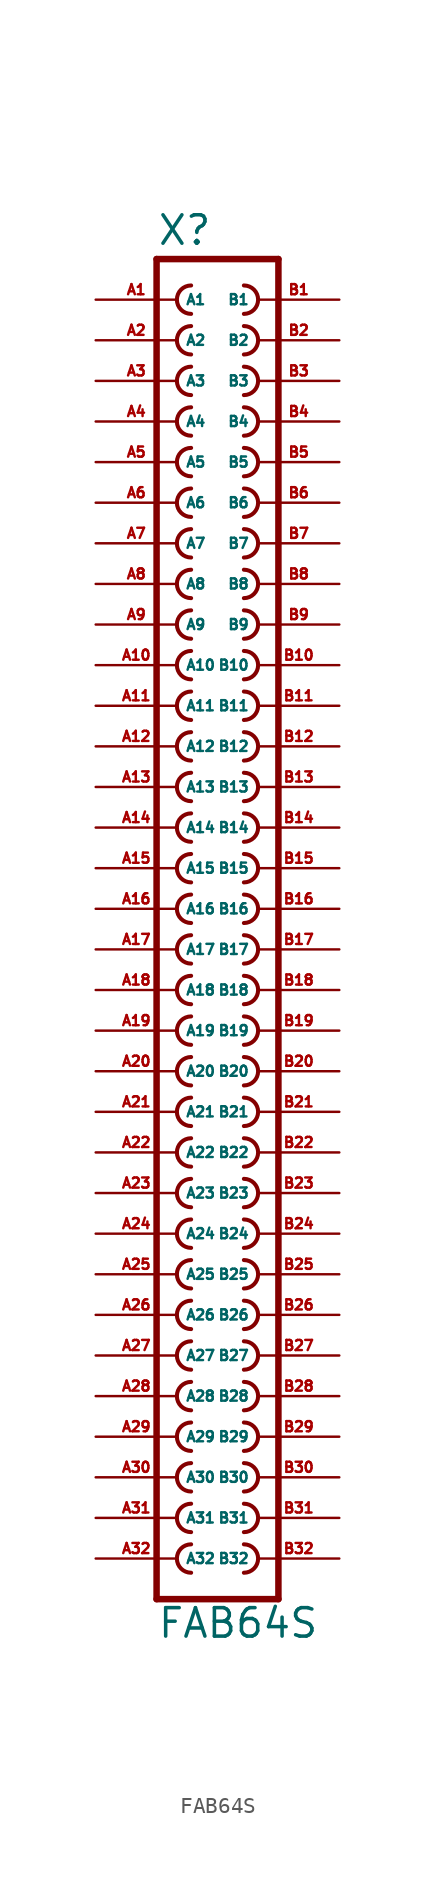
<source format=kicad_sym>
(kicad_symbol_lib
  (version 20220914)
  (generator Eagle2Kicad)
  (symbol "FAB64S"
    (property "Reference" "X"
      (at -3.81 41.402 0)
      (effects (font (size 1.778 1.778) (thickness 0.22)) (justify left bottom)))
    (property "Value" "FAB64S"
      (at -3.81 -45.72 0)
      (effects (font (size 1.778 1.778) (thickness 0.22)) (justify left bottom)))
    (polyline
      (pts (xy 3.81 -43.18) (xy -3.81 -43.18))
      (stroke (width 0.406) (type default))
      (fill (type none)))
    (polyline
      (pts (xy -3.81 40.64) (xy -3.81 -43.18))
      (stroke (width 0.406) (type default))
      (fill (type none)))
    (polyline
      (pts (xy -3.81 40.64) (xy 3.81 40.64))
      (stroke (width 0.406) (type default))
      (fill (type none)))
    (polyline
      (pts (xy 3.81 -43.18) (xy 3.81 40.64))
      (stroke (width 0.406) (type default))
      (fill (type none)))
    (arc
      (start 1.651 -41.529)
      (mid 2.540 -40.640)
      (end 1.651 -39.751)
      (stroke (width 0.254) (type default))
      (fill (type none)))
    (arc
      (start 1.651 -38.989)
      (mid 2.540 -38.100)
      (end 1.651 -37.211)
      (stroke (width 0.254) (type default))
      (fill (type none)))
    (arc
      (start 1.651 -36.449)
      (mid 2.540 -35.560)
      (end 1.651 -34.671)
      (stroke (width 0.254) (type default))
      (fill (type none)))
    (arc
      (start 1.651 -33.909)
      (mid 2.540 -33.020)
      (end 1.651 -32.131)
      (stroke (width 0.254) (type default))
      (fill (type none)))
    (arc
      (start 1.651 -31.369)
      (mid 2.540 -30.480)
      (end 1.651 -29.591)
      (stroke (width 0.254) (type default))
      (fill (type none)))
    (arc
      (start 1.651 -28.829)
      (mid 2.540 -27.940)
      (end 1.651 -27.051)
      (stroke (width 0.254) (type default))
      (fill (type none)))
    (arc
      (start 1.651 -26.289)
      (mid 2.540 -25.400)
      (end 1.651 -24.511)
      (stroke (width 0.254) (type default))
      (fill (type none)))
    (arc
      (start 1.651 -23.749)
      (mid 2.540 -22.860)
      (end 1.651 -21.971)
      (stroke (width 0.254) (type default))
      (fill (type none)))
    (arc
      (start 1.651 -21.209)
      (mid 2.540 -20.320)
      (end 1.651 -19.431)
      (stroke (width 0.254) (type default))
      (fill (type none)))
    (arc
      (start 1.651 -18.669)
      (mid 2.540 -17.780)
      (end 1.651 -16.891)
      (stroke (width 0.254) (type default))
      (fill (type none)))
    (arc
      (start 1.651 -16.129)
      (mid 2.540 -15.240)
      (end 1.651 -14.351)
      (stroke (width 0.254) (type default))
      (fill (type none)))
    (arc
      (start 1.651 -13.589)
      (mid 2.540 -12.700)
      (end 1.651 -11.811)
      (stroke (width 0.254) (type default))
      (fill (type none)))
    (arc
      (start 1.651 -11.049)
      (mid 2.540 -10.160)
      (end 1.651 -9.271)
      (stroke (width 0.254) (type default))
      (fill (type none)))
    (arc
      (start -1.651 -39.751)
      (mid -2.540 -40.640)
      (end -1.651 -41.529)
      (stroke (width 0.254) (type default))
      (fill (type none)))
    (arc
      (start -1.651 -37.211)
      (mid -2.540 -38.100)
      (end -1.651 -38.989)
      (stroke (width 0.254) (type default))
      (fill (type none)))
    (arc
      (start -1.651 -34.671)
      (mid -2.540 -35.560)
      (end -1.651 -36.449)
      (stroke (width 0.254) (type default))
      (fill (type none)))
    (arc
      (start -1.651 -32.131)
      (mid -2.540 -33.020)
      (end -1.651 -33.909)
      (stroke (width 0.254) (type default))
      (fill (type none)))
    (arc
      (start -1.651 -29.591)
      (mid -2.540 -30.480)
      (end -1.651 -31.369)
      (stroke (width 0.254) (type default))
      (fill (type none)))
    (arc
      (start -1.651 -27.051)
      (mid -2.540 -27.940)
      (end -1.651 -28.829)
      (stroke (width 0.254) (type default))
      (fill (type none)))
    (arc
      (start -1.651 -24.511)
      (mid -2.540 -25.400)
      (end -1.651 -26.289)
      (stroke (width 0.254) (type default))
      (fill (type none)))
    (arc
      (start -1.651 -21.971)
      (mid -2.540 -22.860)
      (end -1.651 -23.749)
      (stroke (width 0.254) (type default))
      (fill (type none)))
    (arc
      (start -1.651 -19.431)
      (mid -2.540 -20.320)
      (end -1.651 -21.209)
      (stroke (width 0.254) (type default))
      (fill (type none)))
    (arc
      (start -1.651 -16.891)
      (mid -2.540 -17.780)
      (end -1.651 -18.669)
      (stroke (width 0.254) (type default))
      (fill (type none)))
    (arc
      (start -1.651 -14.351)
      (mid -2.540 -15.240)
      (end -1.651 -16.129)
      (stroke (width 0.254) (type default))
      (fill (type none)))
    (arc
      (start -1.651 -11.811)
      (mid -2.540 -12.700)
      (end -1.651 -13.589)
      (stroke (width 0.254) (type default))
      (fill (type none)))
    (arc
      (start -1.651 -9.271)
      (mid -2.540 -10.160)
      (end -1.651 -11.049)
      (stroke (width 0.254) (type default))
      (fill (type none)))
    (arc
      (start -1.651 -6.731)
      (mid -2.540 -7.620)
      (end -1.651 -8.509)
      (stroke (width 0.254) (type default))
      (fill (type none)))
    (arc
      (start -1.651 -4.191)
      (mid -2.540 -5.080)
      (end -1.651 -5.969)
      (stroke (width 0.254) (type default))
      (fill (type none)))
    (arc
      (start -1.651 -1.651)
      (mid -2.540 -2.540)
      (end -1.651 -3.429)
      (stroke (width 0.254) (type default))
      (fill (type none)))
    (arc
      (start -1.651 0.889)
      (mid -2.540 0.000)
      (end -1.651 -0.889)
      (stroke (width 0.254) (type default))
      (fill (type none)))
    (arc
      (start -1.651 3.429)
      (mid -2.540 2.540)
      (end -1.651 1.651)
      (stroke (width 0.254) (type default))
      (fill (type none)))
    (arc
      (start -1.651 5.969)
      (mid -2.540 5.080)
      (end -1.651 4.191)
      (stroke (width 0.254) (type default))
      (fill (type none)))
    (arc
      (start -1.651 8.509)
      (mid -2.540 7.620)
      (end -1.651 6.731)
      (stroke (width 0.254) (type default))
      (fill (type none)))
    (arc
      (start 1.651 -8.509)
      (mid 2.540 -7.620)
      (end 1.651 -6.731)
      (stroke (width 0.254) (type default))
      (fill (type none)))
    (arc
      (start 1.651 -5.969)
      (mid 2.540 -5.080)
      (end 1.651 -4.191)
      (stroke (width 0.254) (type default))
      (fill (type none)))
    (arc
      (start 1.651 -3.429)
      (mid 2.540 -2.540)
      (end 1.651 -1.651)
      (stroke (width 0.254) (type default))
      (fill (type none)))
    (arc
      (start 1.651 -0.889)
      (mid 2.540 0.000)
      (end 1.651 0.889)
      (stroke (width 0.254) (type default))
      (fill (type none)))
    (arc
      (start 1.651 1.651)
      (mid 2.540 2.540)
      (end 1.651 3.429)
      (stroke (width 0.254) (type default))
      (fill (type none)))
    (arc
      (start 1.651 4.191)
      (mid 2.540 5.080)
      (end 1.651 5.969)
      (stroke (width 0.254) (type default))
      (fill (type none)))
    (arc
      (start 1.651 6.731)
      (mid 2.540 7.620)
      (end 1.651 8.509)
      (stroke (width 0.254) (type default))
      (fill (type none)))
    (arc
      (start 1.651 9.271)
      (mid 2.540 10.160)
      (end 1.651 11.049)
      (stroke (width 0.254) (type default))
      (fill (type none)))
    (arc
      (start 1.651 11.811)
      (mid 2.540 12.700)
      (end 1.651 13.589)
      (stroke (width 0.254) (type default))
      (fill (type none)))
    (arc
      (start 1.651 14.351)
      (mid 2.540 15.240)
      (end 1.651 16.129)
      (stroke (width 0.254) (type default))
      (fill (type none)))
    (arc
      (start 1.651 16.891)
      (mid 2.540 17.780)
      (end 1.651 18.669)
      (stroke (width 0.254) (type default))
      (fill (type none)))
    (arc
      (start 1.651 19.431)
      (mid 2.540 20.320)
      (end 1.651 21.209)
      (stroke (width 0.254) (type default))
      (fill (type none)))
    (arc
      (start 1.651 21.971)
      (mid 2.540 22.860)
      (end 1.651 23.749)
      (stroke (width 0.254) (type default))
      (fill (type none)))
    (arc
      (start 1.651 24.511)
      (mid 2.540 25.400)
      (end 1.651 26.289)
      (stroke (width 0.254) (type default))
      (fill (type none)))
    (arc
      (start -1.651 11.049)
      (mid -2.540 10.160)
      (end -1.651 9.271)
      (stroke (width 0.254) (type default))
      (fill (type none)))
    (arc
      (start -1.651 13.589)
      (mid -2.540 12.700)
      (end -1.651 11.811)
      (stroke (width 0.254) (type default))
      (fill (type none)))
    (arc
      (start -1.651 16.129)
      (mid -2.540 15.240)
      (end -1.651 14.351)
      (stroke (width 0.254) (type default))
      (fill (type none)))
    (arc
      (start -1.651 18.669)
      (mid -2.540 17.780)
      (end -1.651 16.891)
      (stroke (width 0.254) (type default))
      (fill (type none)))
    (arc
      (start -1.651 21.209)
      (mid -2.540 20.320)
      (end -1.651 19.431)
      (stroke (width 0.254) (type default))
      (fill (type none)))
    (arc
      (start -1.651 23.749)
      (mid -2.540 22.860)
      (end -1.651 21.971)
      (stroke (width 0.254) (type default))
      (fill (type none)))
    (arc
      (start -1.651 26.289)
      (mid -2.540 25.400)
      (end -1.651 24.511)
      (stroke (width 0.254) (type default))
      (fill (type none)))
    (arc
      (start -1.651 28.829)
      (mid -2.540 27.940)
      (end -1.651 27.051)
      (stroke (width 0.254) (type default))
      (fill (type none)))
    (arc
      (start -1.651 31.369)
      (mid -2.540 30.480)
      (end -1.651 29.591)
      (stroke (width 0.254) (type default))
      (fill (type none)))
    (arc
      (start -1.651 33.909)
      (mid -2.540 33.020)
      (end -1.651 32.131)
      (stroke (width 0.254) (type default))
      (fill (type none)))
    (arc
      (start -1.651 36.449)
      (mid -2.540 35.560)
      (end -1.651 34.671)
      (stroke (width 0.254) (type default))
      (fill (type none)))
    (arc
      (start -1.651 38.989)
      (mid -2.540 38.100)
      (end -1.651 37.211)
      (stroke (width 0.254) (type default))
      (fill (type none)))
    (arc
      (start 1.651 27.051)
      (mid 2.540 27.940)
      (end 1.651 28.829)
      (stroke (width 0.254) (type default))
      (fill (type none)))
    (arc
      (start 1.651 29.591)
      (mid 2.540 30.480)
      (end 1.651 31.369)
      (stroke (width 0.254) (type default))
      (fill (type none)))
    (arc
      (start 1.651 32.131)
      (mid 2.540 33.020)
      (end 1.651 33.909)
      (stroke (width 0.254) (type default))
      (fill (type none)))
    (arc
      (start 1.651 34.671)
      (mid 2.540 35.560)
      (end 1.651 36.449)
      (stroke (width 0.254) (type default))
      (fill (type none)))
    (arc
      (start 1.651 37.211)
      (mid 2.540 38.100)
      (end 1.651 38.989)
      (stroke (width 0.254) (type default))
      (fill (type none)))
    (pin passive line
      (at 7.62 38.1 180)
      (length 5.08)
      (name "B1" (effects (font (size 0.635 0.635) (thickness 0.08)) (justify left bottom)))
      (number "B1" (effects (font (size 0.635 0.635) (thickness 0.08)) (justify left bottom))))
    (pin passive line
      (at 7.62 35.56 180)
      (length 5.08)
      (name "B2" (effects (font (size 0.635 0.635) (thickness 0.08)) (justify left bottom)))
      (number "B2" (effects (font (size 0.635 0.635) (thickness 0.08)) (justify left bottom))))
    (pin passive line
      (at 7.62 33.02 180)
      (length 5.08)
      (name "B3" (effects (font (size 0.635 0.635) (thickness 0.08)) (justify left bottom)))
      (number "B3" (effects (font (size 0.635 0.635) (thickness 0.08)) (justify left bottom))))
    (pin passive line
      (at 7.62 30.48 180)
      (length 5.08)
      (name "B4" (effects (font (size 0.635 0.635) (thickness 0.08)) (justify left bottom)))
      (number "B4" (effects (font (size 0.635 0.635) (thickness 0.08)) (justify left bottom))))
    (pin passive line
      (at 7.62 27.94 180)
      (length 5.08)
      (name "B5" (effects (font (size 0.635 0.635) (thickness 0.08)) (justify left bottom)))
      (number "B5" (effects (font (size 0.635 0.635) (thickness 0.08)) (justify left bottom))))
    (pin passive line
      (at 7.62 25.4 180)
      (length 5.08)
      (name "B6" (effects (font (size 0.635 0.635) (thickness 0.08)) (justify left bottom)))
      (number "B6" (effects (font (size 0.635 0.635) (thickness 0.08)) (justify left bottom))))
    (pin passive line
      (at 7.62 22.86 180)
      (length 5.08)
      (name "B7" (effects (font (size 0.635 0.635) (thickness 0.08)) (justify left bottom)))
      (number "B7" (effects (font (size 0.635 0.635) (thickness 0.08)) (justify left bottom))))
    (pin passive line
      (at 7.62 20.32 180)
      (length 5.08)
      (name "B8" (effects (font (size 0.635 0.635) (thickness 0.08)) (justify left bottom)))
      (number "B8" (effects (font (size 0.635 0.635) (thickness 0.08)) (justify left bottom))))
    (pin passive line
      (at 7.62 17.78 180)
      (length 5.08)
      (name "B9" (effects (font (size 0.635 0.635) (thickness 0.08)) (justify left bottom)))
      (number "B9" (effects (font (size 0.635 0.635) (thickness 0.08)) (justify left bottom))))
    (pin passive line
      (at 7.62 15.24 180)
      (length 5.08)
      (name "B10" (effects (font (size 0.635 0.635) (thickness 0.08)) (justify left bottom)))
      (number "B10" (effects (font (size 0.635 0.635) (thickness 0.08)) (justify left bottom))))
    (pin passive line
      (at 7.62 12.7 180)
      (length 5.08)
      (name "B11" (effects (font (size 0.635 0.635) (thickness 0.08)) (justify left bottom)))
      (number "B11" (effects (font (size 0.635 0.635) (thickness 0.08)) (justify left bottom))))
    (pin passive line
      (at 7.62 10.16 180)
      (length 5.08)
      (name "B12" (effects (font (size 0.635 0.635) (thickness 0.08)) (justify left bottom)))
      (number "B12" (effects (font (size 0.635 0.635) (thickness 0.08)) (justify left bottom))))
    (pin passive line
      (at 7.62 7.62 180)
      (length 5.08)
      (name "B13" (effects (font (size 0.635 0.635) (thickness 0.08)) (justify left bottom)))
      (number "B13" (effects (font (size 0.635 0.635) (thickness 0.08)) (justify left bottom))))
    (pin passive line
      (at 7.62 5.08 180)
      (length 5.08)
      (name "B14" (effects (font (size 0.635 0.635) (thickness 0.08)) (justify left bottom)))
      (number "B14" (effects (font (size 0.635 0.635) (thickness 0.08)) (justify left bottom))))
    (pin passive line
      (at 7.62 2.54 180)
      (length 5.08)
      (name "B15" (effects (font (size 0.635 0.635) (thickness 0.08)) (justify left bottom)))
      (number "B15" (effects (font (size 0.635 0.635) (thickness 0.08)) (justify left bottom))))
    (pin passive line
      (at 7.62 0 180)
      (length 5.08)
      (name "B16" (effects (font (size 0.635 0.635) (thickness 0.08)) (justify left bottom)))
      (number "B16" (effects (font (size 0.635 0.635) (thickness 0.08)) (justify left bottom))))
    (pin passive line
      (at 7.62 -2.54 180)
      (length 5.08)
      (name "B17" (effects (font (size 0.635 0.635) (thickness 0.08)) (justify left bottom)))
      (number "B17" (effects (font (size 0.635 0.635) (thickness 0.08)) (justify left bottom))))
    (pin passive line
      (at 7.62 -5.08 180)
      (length 5.08)
      (name "B18" (effects (font (size 0.635 0.635) (thickness 0.08)) (justify left bottom)))
      (number "B18" (effects (font (size 0.635 0.635) (thickness 0.08)) (justify left bottom))))
    (pin passive line
      (at 7.62 -7.62 180)
      (length 5.08)
      (name "B19" (effects (font (size 0.635 0.635) (thickness 0.08)) (justify left bottom)))
      (number "B19" (effects (font (size 0.635 0.635) (thickness 0.08)) (justify left bottom))))
    (pin passive line
      (at 7.62 -10.16 180)
      (length 5.08)
      (name "B20" (effects (font (size 0.635 0.635) (thickness 0.08)) (justify left bottom)))
      (number "B20" (effects (font (size 0.635 0.635) (thickness 0.08)) (justify left bottom))))
    (pin passive line
      (at 7.62 -12.7 180)
      (length 5.08)
      (name "B21" (effects (font (size 0.635 0.635) (thickness 0.08)) (justify left bottom)))
      (number "B21" (effects (font (size 0.635 0.635) (thickness 0.08)) (justify left bottom))))
    (pin passive line
      (at 7.62 -15.24 180)
      (length 5.08)
      (name "B22" (effects (font (size 0.635 0.635) (thickness 0.08)) (justify left bottom)))
      (number "B22" (effects (font (size 0.635 0.635) (thickness 0.08)) (justify left bottom))))
    (pin passive line
      (at 7.62 -17.78 180)
      (length 5.08)
      (name "B23" (effects (font (size 0.635 0.635) (thickness 0.08)) (justify left bottom)))
      (number "B23" (effects (font (size 0.635 0.635) (thickness 0.08)) (justify left bottom))))
    (pin passive line
      (at 7.62 -20.32 180)
      (length 5.08)
      (name "B24" (effects (font (size 0.635 0.635) (thickness 0.08)) (justify left bottom)))
      (number "B24" (effects (font (size 0.635 0.635) (thickness 0.08)) (justify left bottom))))
    (pin passive line
      (at 7.62 -22.86 180)
      (length 5.08)
      (name "B25" (effects (font (size 0.635 0.635) (thickness 0.08)) (justify left bottom)))
      (number "B25" (effects (font (size 0.635 0.635) (thickness 0.08)) (justify left bottom))))
    (pin passive line
      (at 7.62 -25.4 180)
      (length 5.08)
      (name "B26" (effects (font (size 0.635 0.635) (thickness 0.08)) (justify left bottom)))
      (number "B26" (effects (font (size 0.635 0.635) (thickness 0.08)) (justify left bottom))))
    (pin passive line
      (at 7.62 -27.94 180)
      (length 5.08)
      (name "B27" (effects (font (size 0.635 0.635) (thickness 0.08)) (justify left bottom)))
      (number "B27" (effects (font (size 0.635 0.635) (thickness 0.08)) (justify left bottom))))
    (pin passive line
      (at 7.62 -30.48 180)
      (length 5.08)
      (name "B28" (effects (font (size 0.635 0.635) (thickness 0.08)) (justify left bottom)))
      (number "B28" (effects (font (size 0.635 0.635) (thickness 0.08)) (justify left bottom))))
    (pin passive line
      (at 7.62 -33.02 180)
      (length 5.08)
      (name "B29" (effects (font (size 0.635 0.635) (thickness 0.08)) (justify left bottom)))
      (number "B29" (effects (font (size 0.635 0.635) (thickness 0.08)) (justify left bottom))))
    (pin passive line
      (at 7.62 -35.56 180)
      (length 5.08)
      (name "B30" (effects (font (size 0.635 0.635) (thickness 0.08)) (justify left bottom)))
      (number "B30" (effects (font (size 0.635 0.635) (thickness 0.08)) (justify left bottom))))
    (pin passive line
      (at 7.62 -38.1 180)
      (length 5.08)
      (name "B31" (effects (font (size 0.635 0.635) (thickness 0.08)) (justify left bottom)))
      (number "B31" (effects (font (size 0.635 0.635) (thickness 0.08)) (justify left bottom))))
    (pin passive line
      (at 7.62 -40.64 180)
      (length 5.08)
      (name "B32" (effects (font (size 0.635 0.635) (thickness 0.08)) (justify left bottom)))
      (number "B32" (effects (font (size 0.635 0.635) (thickness 0.08)) (justify left bottom))))
    (pin passive line
      (at -7.62 38.1 0)
      (length 5.08)
      (name "A1" (effects (font (size 0.635 0.635) (thickness 0.08)) (justify left bottom)))
      (number "A1" (effects (font (size 0.635 0.635) (thickness 0.08)) (justify left bottom))))
    (pin passive line
      (at -7.62 35.56 0)
      (length 5.08)
      (name "A2" (effects (font (size 0.635 0.635) (thickness 0.08)) (justify left bottom)))
      (number "A2" (effects (font (size 0.635 0.635) (thickness 0.08)) (justify left bottom))))
    (pin passive line
      (at -7.62 33.02 0)
      (length 5.08)
      (name "A3" (effects (font (size 0.635 0.635) (thickness 0.08)) (justify left bottom)))
      (number "A3" (effects (font (size 0.635 0.635) (thickness 0.08)) (justify left bottom))))
    (pin passive line
      (at -7.62 30.48 0)
      (length 5.08)
      (name "A4" (effects (font (size 0.635 0.635) (thickness 0.08)) (justify left bottom)))
      (number "A4" (effects (font (size 0.635 0.635) (thickness 0.08)) (justify left bottom))))
    (pin passive line
      (at -7.62 27.94 0)
      (length 5.08)
      (name "A5" (effects (font (size 0.635 0.635) (thickness 0.08)) (justify left bottom)))
      (number "A5" (effects (font (size 0.635 0.635) (thickness 0.08)) (justify left bottom))))
    (pin passive line
      (at -7.62 25.4 0)
      (length 5.08)
      (name "A6" (effects (font (size 0.635 0.635) (thickness 0.08)) (justify left bottom)))
      (number "A6" (effects (font (size 0.635 0.635) (thickness 0.08)) (justify left bottom))))
    (pin passive line
      (at -7.62 22.86 0)
      (length 5.08)
      (name "A7" (effects (font (size 0.635 0.635) (thickness 0.08)) (justify left bottom)))
      (number "A7" (effects (font (size 0.635 0.635) (thickness 0.08)) (justify left bottom))))
    (pin passive line
      (at -7.62 20.32 0)
      (length 5.08)
      (name "A8" (effects (font (size 0.635 0.635) (thickness 0.08)) (justify left bottom)))
      (number "A8" (effects (font (size 0.635 0.635) (thickness 0.08)) (justify left bottom))))
    (pin passive line
      (at -7.62 17.78 0)
      (length 5.08)
      (name "A9" (effects (font (size 0.635 0.635) (thickness 0.08)) (justify left bottom)))
      (number "A9" (effects (font (size 0.635 0.635) (thickness 0.08)) (justify left bottom))))
    (pin passive line
      (at -7.62 15.24 0)
      (length 5.08)
      (name "A10" (effects (font (size 0.635 0.635) (thickness 0.08)) (justify left bottom)))
      (number "A10" (effects (font (size 0.635 0.635) (thickness 0.08)) (justify left bottom))))
    (pin passive line
      (at -7.62 12.7 0)
      (length 5.08)
      (name "A11" (effects (font (size 0.635 0.635) (thickness 0.08)) (justify left bottom)))
      (number "A11" (effects (font (size 0.635 0.635) (thickness 0.08)) (justify left bottom))))
    (pin passive line
      (at -7.62 10.16 0)
      (length 5.08)
      (name "A12" (effects (font (size 0.635 0.635) (thickness 0.08)) (justify left bottom)))
      (number "A12" (effects (font (size 0.635 0.635) (thickness 0.08)) (justify left bottom))))
    (pin passive line
      (at -7.62 7.62 0)
      (length 5.08)
      (name "A13" (effects (font (size 0.635 0.635) (thickness 0.08)) (justify left bottom)))
      (number "A13" (effects (font (size 0.635 0.635) (thickness 0.08)) (justify left bottom))))
    (pin passive line
      (at -7.62 5.08 0)
      (length 5.08)
      (name "A14" (effects (font (size 0.635 0.635) (thickness 0.08)) (justify left bottom)))
      (number "A14" (effects (font (size 0.635 0.635) (thickness 0.08)) (justify left bottom))))
    (pin passive line
      (at -7.62 2.54 0)
      (length 5.08)
      (name "A15" (effects (font (size 0.635 0.635) (thickness 0.08)) (justify left bottom)))
      (number "A15" (effects (font (size 0.635 0.635) (thickness 0.08)) (justify left bottom))))
    (pin passive line
      (at -7.62 0 0)
      (length 5.08)
      (name "A16" (effects (font (size 0.635 0.635) (thickness 0.08)) (justify left bottom)))
      (number "A16" (effects (font (size 0.635 0.635) (thickness 0.08)) (justify left bottom))))
    (pin passive line
      (at -7.62 -2.54 0)
      (length 5.08)
      (name "A17" (effects (font (size 0.635 0.635) (thickness 0.08)) (justify left bottom)))
      (number "A17" (effects (font (size 0.635 0.635) (thickness 0.08)) (justify left bottom))))
    (pin passive line
      (at -7.62 -5.08 0)
      (length 5.08)
      (name "A18" (effects (font (size 0.635 0.635) (thickness 0.08)) (justify left bottom)))
      (number "A18" (effects (font (size 0.635 0.635) (thickness 0.08)) (justify left bottom))))
    (pin passive line
      (at -7.62 -7.62 0)
      (length 5.08)
      (name "A19" (effects (font (size 0.635 0.635) (thickness 0.08)) (justify left bottom)))
      (number "A19" (effects (font (size 0.635 0.635) (thickness 0.08)) (justify left bottom))))
    (pin passive line
      (at -7.62 -10.16 0)
      (length 5.08)
      (name "A20" (effects (font (size 0.635 0.635) (thickness 0.08)) (justify left bottom)))
      (number "A20" (effects (font (size 0.635 0.635) (thickness 0.08)) (justify left bottom))))
    (pin passive line
      (at -7.62 -12.7 0)
      (length 5.08)
      (name "A21" (effects (font (size 0.635 0.635) (thickness 0.08)) (justify left bottom)))
      (number "A21" (effects (font (size 0.635 0.635) (thickness 0.08)) (justify left bottom))))
    (pin passive line
      (at -7.62 -15.24 0)
      (length 5.08)
      (name "A22" (effects (font (size 0.635 0.635) (thickness 0.08)) (justify left bottom)))
      (number "A22" (effects (font (size 0.635 0.635) (thickness 0.08)) (justify left bottom))))
    (pin passive line
      (at -7.62 -17.78 0)
      (length 5.08)
      (name "A23" (effects (font (size 0.635 0.635) (thickness 0.08)) (justify left bottom)))
      (number "A23" (effects (font (size 0.635 0.635) (thickness 0.08)) (justify left bottom))))
    (pin passive line
      (at -7.62 -20.32 0)
      (length 5.08)
      (name "A24" (effects (font (size 0.635 0.635) (thickness 0.08)) (justify left bottom)))
      (number "A24" (effects (font (size 0.635 0.635) (thickness 0.08)) (justify left bottom))))
    (pin passive line
      (at -7.62 -22.86 0)
      (length 5.08)
      (name "A25" (effects (font (size 0.635 0.635) (thickness 0.08)) (justify left bottom)))
      (number "A25" (effects (font (size 0.635 0.635) (thickness 0.08)) (justify left bottom))))
    (pin passive line
      (at -7.62 -25.4 0)
      (length 5.08)
      (name "A26" (effects (font (size 0.635 0.635) (thickness 0.08)) (justify left bottom)))
      (number "A26" (effects (font (size 0.635 0.635) (thickness 0.08)) (justify left bottom))))
    (pin passive line
      (at -7.62 -27.94 0)
      (length 5.08)
      (name "A27" (effects (font (size 0.635 0.635) (thickness 0.08)) (justify left bottom)))
      (number "A27" (effects (font (size 0.635 0.635) (thickness 0.08)) (justify left bottom))))
    (pin passive line
      (at -7.62 -30.48 0)
      (length 5.08)
      (name "A28" (effects (font (size 0.635 0.635) (thickness 0.08)) (justify left bottom)))
      (number "A28" (effects (font (size 0.635 0.635) (thickness 0.08)) (justify left bottom))))
    (pin passive line
      (at -7.62 -33.02 0)
      (length 5.08)
      (name "A29" (effects (font (size 0.635 0.635) (thickness 0.08)) (justify left bottom)))
      (number "A29" (effects (font (size 0.635 0.635) (thickness 0.08)) (justify left bottom))))
    (pin passive line
      (at -7.62 -35.56 0)
      (length 5.08)
      (name "A30" (effects (font (size 0.635 0.635) (thickness 0.08)) (justify left bottom)))
      (number "A30" (effects (font (size 0.635 0.635) (thickness 0.08)) (justify left bottom))))
    (pin passive line
      (at -7.62 -38.1 0)
      (length 5.08)
      (name "A31" (effects (font (size 0.635 0.635) (thickness 0.08)) (justify left bottom)))
      (number "A31" (effects (font (size 0.635 0.635) (thickness 0.08)) (justify left bottom))))
    (pin passive line
      (at -7.62 -40.64 0)
      (length 5.08)
      (name "A32" (effects (font (size 0.635 0.635) (thickness 0.08)) (justify left bottom)))
      (number "A32" (effects (font (size 0.635 0.635) (thickness 0.08)) (justify left bottom))))))
</source>
